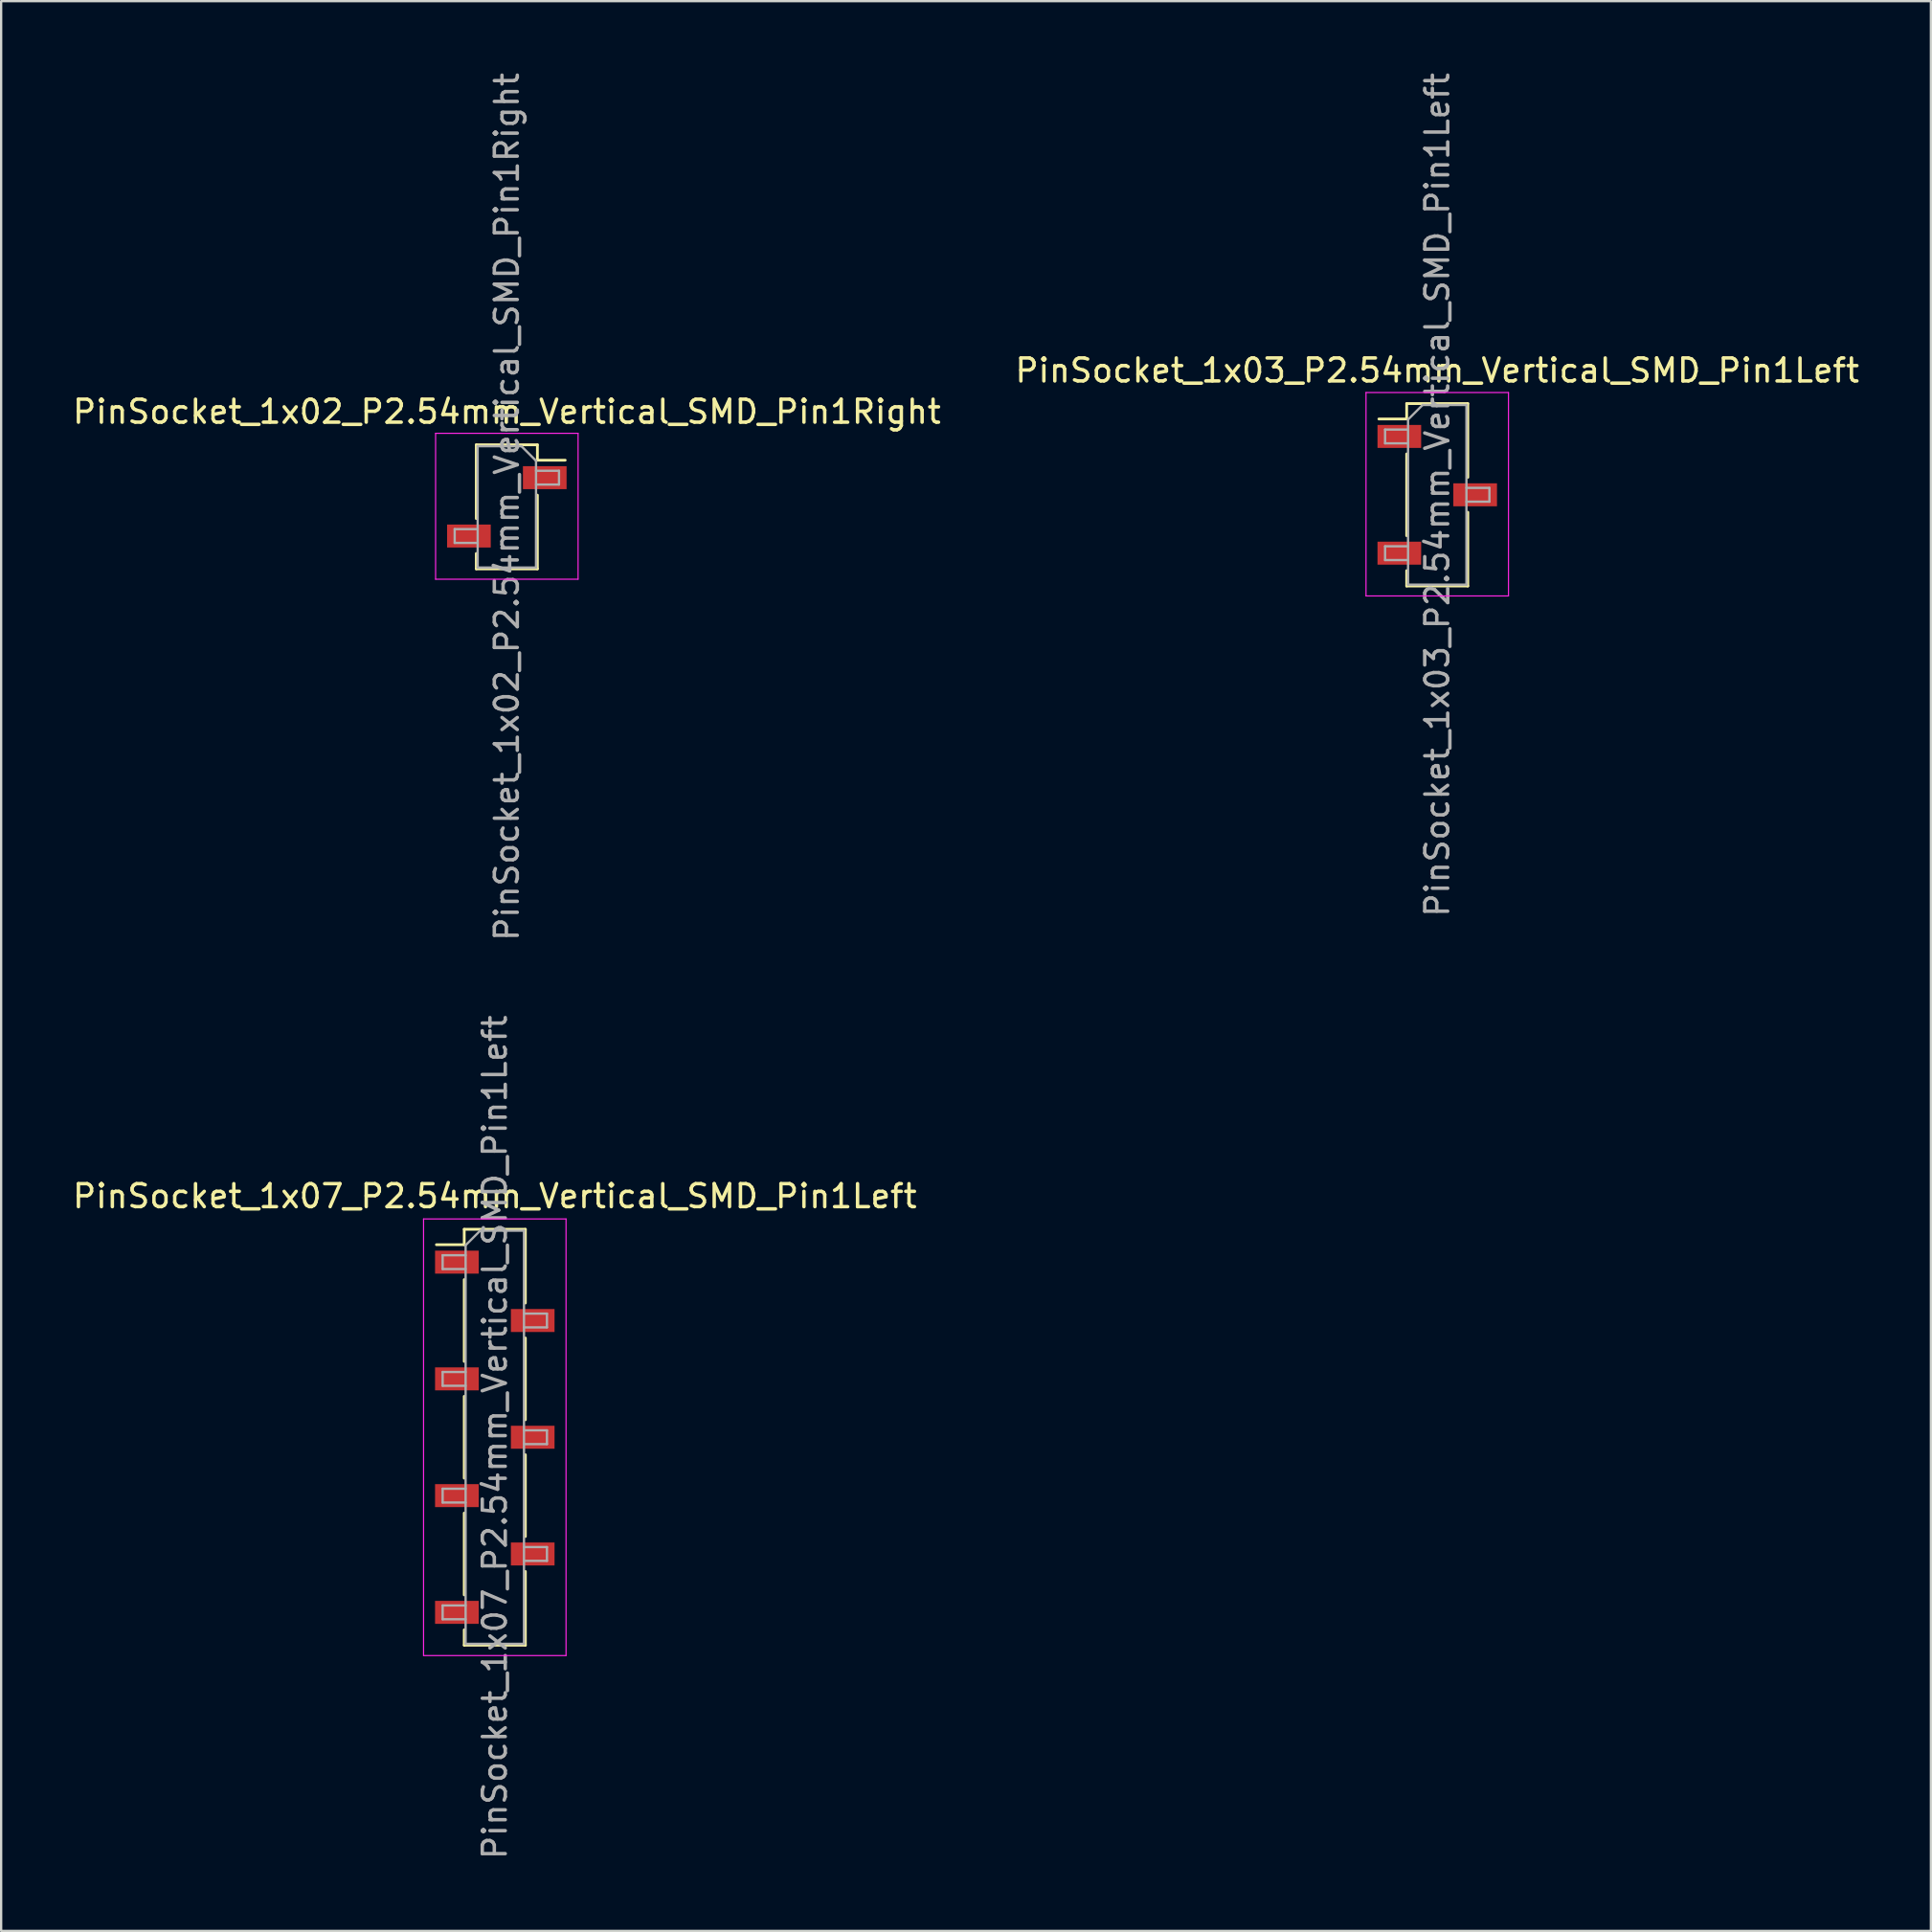
<source format=kicad_pcb>
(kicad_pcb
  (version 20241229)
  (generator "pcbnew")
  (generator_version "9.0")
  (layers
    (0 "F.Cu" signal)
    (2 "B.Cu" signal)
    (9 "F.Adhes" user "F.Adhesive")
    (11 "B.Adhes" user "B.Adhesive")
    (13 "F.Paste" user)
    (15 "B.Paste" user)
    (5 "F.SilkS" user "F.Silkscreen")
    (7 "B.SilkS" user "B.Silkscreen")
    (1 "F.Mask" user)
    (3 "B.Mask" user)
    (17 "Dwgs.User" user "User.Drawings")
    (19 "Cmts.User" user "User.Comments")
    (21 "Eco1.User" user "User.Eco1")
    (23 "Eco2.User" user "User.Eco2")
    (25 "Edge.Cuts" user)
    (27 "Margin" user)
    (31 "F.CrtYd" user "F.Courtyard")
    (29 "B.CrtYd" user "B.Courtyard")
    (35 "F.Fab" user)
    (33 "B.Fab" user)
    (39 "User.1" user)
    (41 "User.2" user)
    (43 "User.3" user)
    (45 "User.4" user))
  (footprint "PinSocket_1x03_P2.54mm_Vertical_SMD_Pin1Left"
    (layer "F.Cu")
    (at 59.494 18.482)
    (property "Reference" "PinSocket_1x03_P2.54mm_Vertical_SMD_Pin1Left" (at 0 -5.41 0) (layer "F.SilkS") (effects (font (size 1 1) (thickness 0.15))))
    (attr smd)
    (fp_line (start -2.54 -3.3) (end -1.33 -3.3) (stroke (width 0.12) (type solid)) (layer "F.SilkS"))
    (fp_line (start -1.33 -3.97) (end -1.33 -3.3) (stroke (width 0.12) (type solid)) (layer "F.SilkS"))
    (fp_line (start -1.33 -3.97) (end 1.33 -3.97) (stroke (width 0.12) (type solid)) (layer "F.SilkS"))
    (fp_line (start -1.33 -1.78) (end -1.33 1.78) (stroke (width 0.12) (type solid)) (layer "F.SilkS"))
    (fp_line (start -1.33 3.3) (end -1.33 3.97) (stroke (width 0.12) (type solid)) (layer "F.SilkS"))
    (fp_line (start -1.33 3.97) (end 1.33 3.97) (stroke (width 0.12) (type solid)) (layer "F.SilkS"))
    (fp_line (start 1.33 -3.97) (end 1.33 -0.76) (stroke (width 0.12) (type solid)) (layer "F.SilkS"))
    (fp_line (start 1.33 0.76) (end 1.33 3.97) (stroke (width 0.12) (type solid)) (layer "F.SilkS"))
    (fp_line (start -3.1 -4.45) (end 3.1 -4.45) (stroke (width 0.05) (type solid)) (layer "F.CrtYd"))
    (fp_line (start -3.1 4.4) (end -3.1 -4.45) (stroke (width 0.05) (type solid)) (layer "F.CrtYd"))
    (fp_line (start 3.1 -4.45) (end 3.1 4.4) (stroke (width 0.05) (type solid)) (layer "F.CrtYd"))
    (fp_line (start 3.1 4.4) (end -3.1 4.4) (stroke (width 0.05) (type solid)) (layer "F.CrtYd"))
    (fp_line (start -2.27 -2.84) (end -1.27 -2.84) (stroke (width 0.1) (type solid)) (layer "F.Fab"))
    (fp_line (start -2.27 -2.24) (end -2.27 -2.84) (stroke (width 0.1) (type solid)) (layer "F.Fab"))
    (fp_line (start -2.27 2.24) (end -1.27 2.24) (stroke (width 0.1) (type solid)) (layer "F.Fab"))
    (fp_line (start -2.27 2.84) (end -2.27 2.24) (stroke (width 0.1) (type solid)) (layer "F.Fab"))
    (fp_line (start -1.27 -3.275) (end -0.635 -3.91) (stroke (width 0.1) (type solid)) (layer "F.Fab"))
    (fp_line (start -1.27 -2.24) (end -2.27 -2.24) (stroke (width 0.1) (type solid)) (layer "F.Fab"))
    (fp_line (start -1.27 2.84) (end -2.27 2.84) (stroke (width 0.1) (type solid)) (layer "F.Fab"))
    (fp_line (start -1.27 3.91) (end -1.27 -3.275) (stroke (width 0.1) (type solid)) (layer "F.Fab"))
    (fp_line (start -0.635 -3.91) (end 1.27 -3.91) (stroke (width 0.1) (type solid)) (layer "F.Fab"))
    (fp_line (start 1.27 -3.91) (end 1.27 3.91) (stroke (width 0.1) (type solid)) (layer "F.Fab"))
    (fp_line (start 1.27 -0.3) (end 2.27 -0.3) (stroke (width 0.1) (type solid)) (layer "F.Fab"))
    (fp_line (start 1.27 3.91) (end -1.27 3.91) (stroke (width 0.1) (type solid)) (layer "F.Fab"))
    (fp_line (start 2.27 -0.3) (end 2.27 0.3) (stroke (width 0.1) (type solid)) (layer "F.Fab"))
    (fp_line (start 2.27 0.3) (end 1.27 0.3) (stroke (width 0.1) (type solid)) (layer "F.Fab"))
    (fp_text user "${REFERENCE}" (at 0 0 90) (layer "F.Fab") (effects (font (size 1 1) (thickness 0.15))))
    (pad "1" smd rect (at -1.65 -2.54) (size 1.9 1) (layers "F.Cu" "F.Mask" "F.Paste"))
    (pad "2" smd rect (at 1.65 0) (size 1.9 1) (layers "F.Cu" "F.Mask" "F.Paste"))
    (pad "3" smd rect (at -1.65 2.54) (size 1.9 1) (layers "F.Cu" "F.Mask" "F.Paste")))
  (footprint "PinSocket_1x02_P2.54mm_Vertical_SMD_Pin1Right"
    (layer "F.Cu")
    (at 19.006 19.006)
    (property "Reference" "PinSocket_1x02_P2.54mm_Vertical_SMD_Pin1Right" (at 0 -4.14 0) (layer "F.SilkS") (effects (font (size 1 1) (thickness 0.15))))
    (attr smd)
    (fp_line (start -1.33 -2.7) (end -1.33 0.51) (stroke (width 0.12) (type solid)) (layer "F.SilkS"))
    (fp_line (start -1.33 -2.7) (end 1.33 -2.7) (stroke (width 0.12) (type solid)) (layer "F.SilkS"))
    (fp_line (start -1.33 2.03) (end -1.33 2.7) (stroke (width 0.12) (type solid)) (layer "F.SilkS"))
    (fp_line (start -1.33 2.7) (end 1.33 2.7) (stroke (width 0.12) (type solid)) (layer "F.SilkS"))
    (fp_line (start 1.33 -2.7) (end 1.33 -2.03) (stroke (width 0.12) (type solid)) (layer "F.SilkS"))
    (fp_line (start 1.33 -2.03) (end 2.54 -2.03) (stroke (width 0.12) (type solid)) (layer "F.SilkS"))
    (fp_line (start 1.33 -0.51) (end 1.33 2.7) (stroke (width 0.12) (type solid)) (layer "F.SilkS"))
    (fp_line (start -3.1 -3.2) (end 3.1 -3.2) (stroke (width 0.05) (type solid)) (layer "F.CrtYd"))
    (fp_line (start -3.1 3.15) (end -3.1 -3.2) (stroke (width 0.05) (type solid)) (layer "F.CrtYd"))
    (fp_line (start 3.1 -3.2) (end 3.1 3.15) (stroke (width 0.05) (type solid)) (layer "F.CrtYd"))
    (fp_line (start 3.1 3.15) (end -3.1 3.15) (stroke (width 0.05) (type solid)) (layer "F.CrtYd"))
    (fp_line (start -2.27 0.97) (end -1.27 0.97) (stroke (width 0.1) (type solid)) (layer "F.Fab"))
    (fp_line (start -2.27 1.57) (end -2.27 0.97) (stroke (width 0.1) (type solid)) (layer "F.Fab"))
    (fp_line (start -1.27 -2.64) (end 0.635 -2.64) (stroke (width 0.1) (type solid)) (layer "F.Fab"))
    (fp_line (start -1.27 1.57) (end -2.27 1.57) (stroke (width 0.1) (type solid)) (layer "F.Fab"))
    (fp_line (start -1.27 2.64) (end -1.27 -2.64) (stroke (width 0.1) (type solid)) (layer "F.Fab"))
    (fp_line (start 0.635 -2.64) (end 1.27 -2.005) (stroke (width 0.1) (type solid)) (layer "F.Fab"))
    (fp_line (start 1.27 -2.005) (end 1.27 2.64) (stroke (width 0.1) (type solid)) (layer "F.Fab"))
    (fp_line (start 1.27 -1.57) (end 2.27 -1.57) (stroke (width 0.1) (type solid)) (layer "F.Fab"))
    (fp_line (start 1.27 2.64) (end -1.27 2.64) (stroke (width 0.1) (type solid)) (layer "F.Fab"))
    (fp_line (start 2.27 -1.57) (end 2.27 -0.97) (stroke (width 0.1) (type solid)) (layer "F.Fab"))
    (fp_line (start 2.27 -0.97) (end 1.27 -0.97) (stroke (width 0.1) (type solid)) (layer "F.Fab"))
    (fp_text user "${REFERENCE}" (at 0 0 90) (layer "F.Fab") (effects (font (size 1 1) (thickness 0.15))))
    (pad "1" smd rect (at 1.65 -1.27) (size 1.9 1) (layers "F.Cu" "F.Mask" "F.Paste"))
    (pad "2" smd rect (at -1.65 1.27) (size 1.9 1) (layers "F.Cu" "F.Mask" "F.Paste")))
  (footprint "PinSocket_1x07_P2.54mm_Vertical_SMD_Pin1Left"
    (layer "F.Cu")
    (at 18.482 59.494)
    (property "Reference" "PinSocket_1x07_P2.54mm_Vertical_SMD_Pin1Left" (at 0 -10.49 0) (layer "F.SilkS") (effects (font (size 1 1) (thickness 0.15))))
    (attr smd)
    (fp_line (start -2.54 -8.38) (end -1.33 -8.38) (stroke (width 0.12) (type solid)) (layer "F.SilkS"))
    (fp_line (start -1.33 -9.05) (end -1.33 -8.38) (stroke (width 0.12) (type solid)) (layer "F.SilkS"))
    (fp_line (start -1.33 -9.05) (end 1.33 -9.05) (stroke (width 0.12) (type solid)) (layer "F.SilkS"))
    (fp_line (start -1.33 -6.86) (end -1.33 -3.3) (stroke (width 0.12) (type solid)) (layer "F.SilkS"))
    (fp_line (start -1.33 -1.78) (end -1.33 1.78) (stroke (width 0.12) (type solid)) (layer "F.SilkS"))
    (fp_line (start -1.33 3.3) (end -1.33 6.86) (stroke (width 0.12) (type solid)) (layer "F.SilkS"))
    (fp_line (start -1.33 8.38) (end -1.33 9.05) (stroke (width 0.12) (type solid)) (layer "F.SilkS"))
    (fp_line (start -1.33 9.05) (end 1.33 9.05) (stroke (width 0.12) (type solid)) (layer "F.SilkS"))
    (fp_line (start 1.33 -9.05) (end 1.33 -5.84) (stroke (width 0.12) (type solid)) (layer "F.SilkS"))
    (fp_line (start 1.33 -4.32) (end 1.33 -0.76) (stroke (width 0.12) (type solid)) (layer "F.SilkS"))
    (fp_line (start 1.33 0.76) (end 1.33 4.32) (stroke (width 0.12) (type solid)) (layer "F.SilkS"))
    (fp_line (start 1.33 5.84) (end 1.33 9.05) (stroke (width 0.12) (type solid)) (layer "F.SilkS"))
    (fp_line (start -3.1 -9.5) (end 3.1 -9.5) (stroke (width 0.05) (type solid)) (layer "F.CrtYd"))
    (fp_line (start -3.1 9.5) (end -3.1 -9.5) (stroke (width 0.05) (type solid)) (layer "F.CrtYd"))
    (fp_line (start 3.1 -9.5) (end 3.1 9.5) (stroke (width 0.05) (type solid)) (layer "F.CrtYd"))
    (fp_line (start 3.1 9.5) (end -3.1 9.5) (stroke (width 0.05) (type solid)) (layer "F.CrtYd"))
    (fp_line (start -2.27 -7.92) (end -1.27 -7.92) (stroke (width 0.1) (type solid)) (layer "F.Fab"))
    (fp_line (start -2.27 -7.32) (end -2.27 -7.92) (stroke (width 0.1) (type solid)) (layer "F.Fab"))
    (fp_line (start -2.27 -2.84) (end -1.27 -2.84) (stroke (width 0.1) (type solid)) (layer "F.Fab"))
    (fp_line (start -2.27 -2.24) (end -2.27 -2.84) (stroke (width 0.1) (type solid)) (layer "F.Fab"))
    (fp_line (start -2.27 2.24) (end -1.27 2.24) (stroke (width 0.1) (type solid)) (layer "F.Fab"))
    (fp_line (start -2.27 2.84) (end -2.27 2.24) (stroke (width 0.1) (type solid)) (layer "F.Fab"))
    (fp_line (start -2.27 7.32) (end -1.27 7.32) (stroke (width 0.1) (type solid)) (layer "F.Fab"))
    (fp_line (start -2.27 7.92) (end -2.27 7.32) (stroke (width 0.1) (type solid)) (layer "F.Fab"))
    (fp_line (start -1.27 -8.355) (end -0.635 -8.99) (stroke (width 0.1) (type solid)) (layer "F.Fab"))
    (fp_line (start -1.27 -7.32) (end -2.27 -7.32) (stroke (width 0.1) (type solid)) (layer "F.Fab"))
    (fp_line (start -1.27 -2.24) (end -2.27 -2.24) (stroke (width 0.1) (type solid)) (layer "F.Fab"))
    (fp_line (start -1.27 2.84) (end -2.27 2.84) (stroke (width 0.1) (type solid)) (layer "F.Fab"))
    (fp_line (start -1.27 7.92) (end -2.27 7.92) (stroke (width 0.1) (type solid)) (layer "F.Fab"))
    (fp_line (start -1.27 8.99) (end -1.27 -8.355) (stroke (width 0.1) (type solid)) (layer "F.Fab"))
    (fp_line (start -0.635 -8.99) (end 1.27 -8.99) (stroke (width 0.1) (type solid)) (layer "F.Fab"))
    (fp_line (start 1.27 -8.99) (end 1.27 8.99) (stroke (width 0.1) (type solid)) (layer "F.Fab"))
    (fp_line (start 1.27 -5.38) (end 2.27 -5.38) (stroke (width 0.1) (type solid)) (layer "F.Fab"))
    (fp_line (start 1.27 -0.3) (end 2.27 -0.3) (stroke (width 0.1) (type solid)) (layer "F.Fab"))
    (fp_line (start 1.27 4.78) (end 2.27 4.78) (stroke (width 0.1) (type solid)) (layer "F.Fab"))
    (fp_line (start 1.27 8.99) (end -1.27 8.99) (stroke (width 0.1) (type solid)) (layer "F.Fab"))
    (fp_line (start 2.27 -5.38) (end 2.27 -4.78) (stroke (width 0.1) (type solid)) (layer "F.Fab"))
    (fp_line (start 2.27 -4.78) (end 1.27 -4.78) (stroke (width 0.1) (type solid)) (layer "F.Fab"))
    (fp_line (start 2.27 -0.3) (end 2.27 0.3) (stroke (width 0.1) (type solid)) (layer "F.Fab"))
    (fp_line (start 2.27 0.3) (end 1.27 0.3) (stroke (width 0.1) (type solid)) (layer "F.Fab"))
    (fp_line (start 2.27 4.78) (end 2.27 5.38) (stroke (width 0.1) (type solid)) (layer "F.Fab"))
    (fp_line (start 2.27 5.38) (end 1.27 5.38) (stroke (width 0.1) (type solid)) (layer "F.Fab"))
    (fp_text user "${REFERENCE}" (at 0 0 90) (layer "F.Fab") (effects (font (size 1 1) (thickness 0.15))))
    (pad "1" smd rect (at -1.65 -7.62) (size 1.9 1) (layers "F.Cu" "F.Mask" "F.Paste"))
    (pad "2" smd rect (at 1.65 -5.08) (size 1.9 1) (layers "F.Cu" "F.Mask" "F.Paste"))
    (pad "3" smd rect (at -1.65 -2.54) (size 1.9 1) (layers "F.Cu" "F.Mask" "F.Paste"))
    (pad "4" smd rect (at 1.65 0) (size 1.9 1) (layers "F.Cu" "F.Mask" "F.Paste"))
    (pad "5" smd rect (at -1.65 2.54) (size 1.9 1) (layers "F.Cu" "F.Mask" "F.Paste"))
    (pad "6" smd rect (at 1.65 5.08) (size 1.9 1) (layers "F.Cu" "F.Mask" "F.Paste"))
    (pad "7" smd rect (at -1.65 7.62) (size 1.9 1) (layers "F.Cu" "F.Mask" "F.Paste")))
  (gr_rect
    (start -3 -3)
    (end 80.976 80.976)
    (stroke (width 0.1) (type default))
    (fill no)
    (layer "Edge.Cuts")))
</source>
